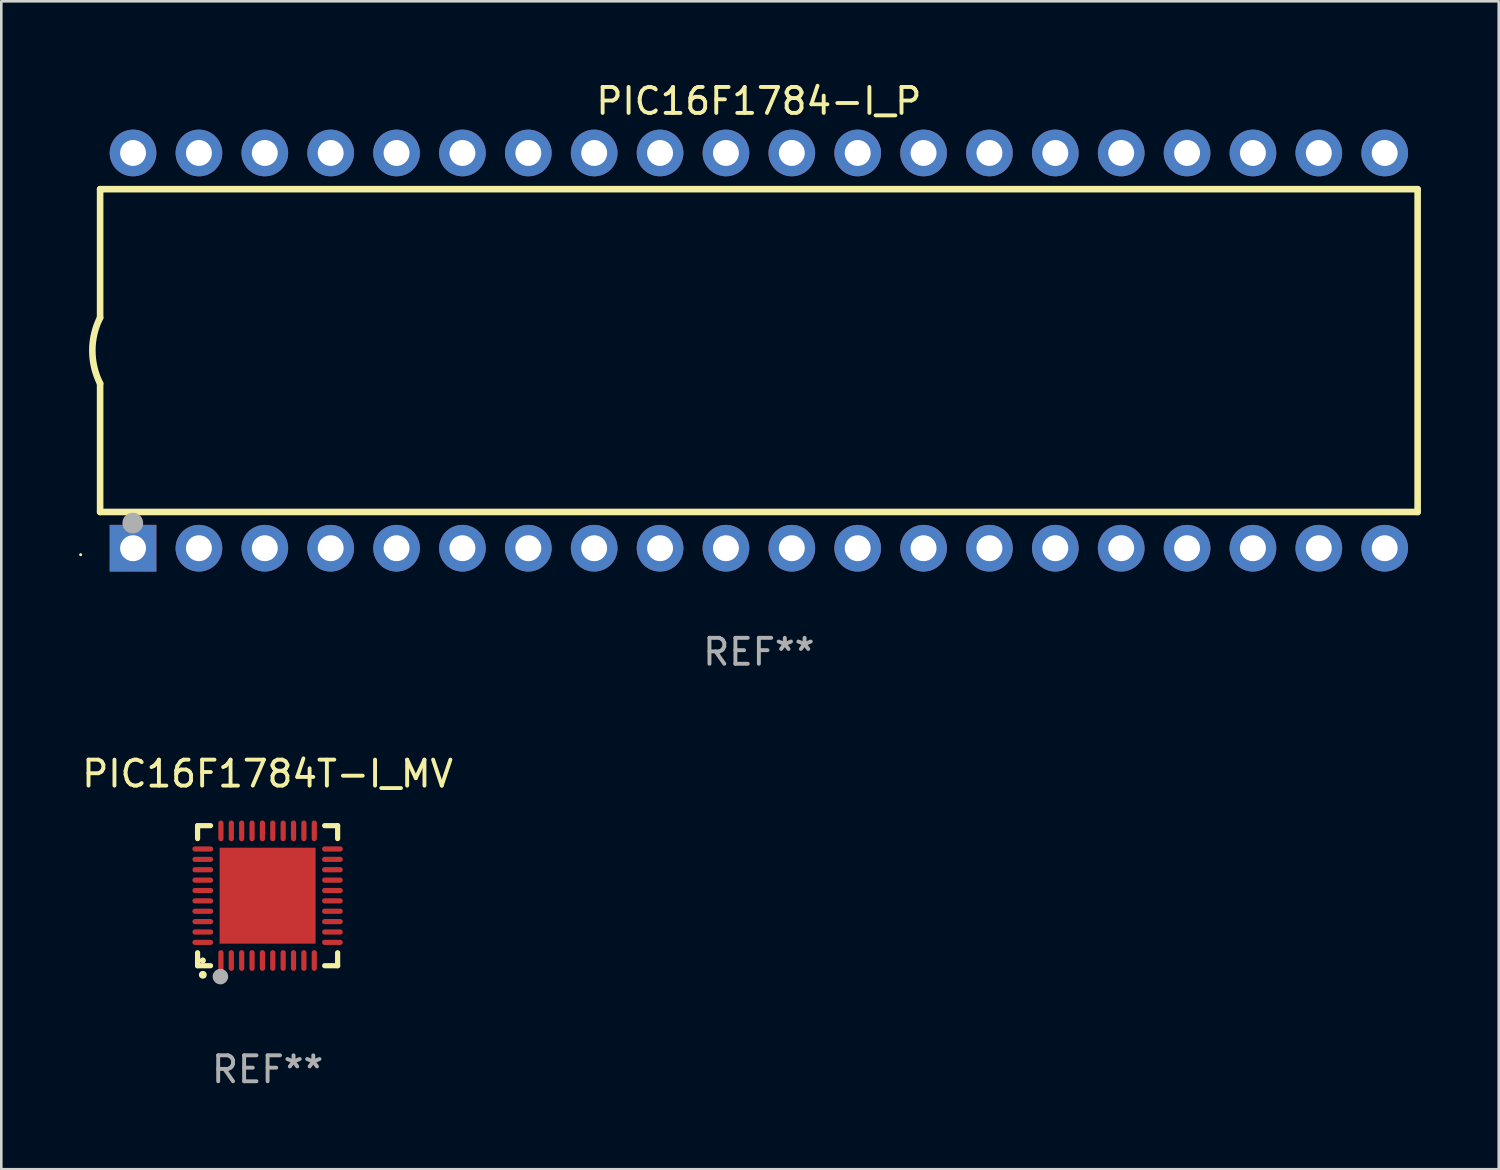
<source format=kicad_pcb>
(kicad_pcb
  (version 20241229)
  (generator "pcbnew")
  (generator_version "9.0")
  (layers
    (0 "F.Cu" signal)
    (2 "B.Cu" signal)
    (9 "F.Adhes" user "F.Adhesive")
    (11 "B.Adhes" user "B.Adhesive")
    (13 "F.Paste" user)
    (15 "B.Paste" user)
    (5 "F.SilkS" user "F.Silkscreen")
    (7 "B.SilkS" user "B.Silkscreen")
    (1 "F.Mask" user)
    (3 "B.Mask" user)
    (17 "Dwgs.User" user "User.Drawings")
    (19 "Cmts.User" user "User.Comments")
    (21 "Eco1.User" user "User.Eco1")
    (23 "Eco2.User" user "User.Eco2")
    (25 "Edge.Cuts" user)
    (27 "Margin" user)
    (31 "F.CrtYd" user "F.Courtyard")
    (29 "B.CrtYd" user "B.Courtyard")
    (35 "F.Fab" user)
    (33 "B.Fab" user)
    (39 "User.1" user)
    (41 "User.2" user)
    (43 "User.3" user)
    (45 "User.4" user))
  (footprint "PIC16F1784T-I_MV"
    (layer "F.Cu")
    (at 7.268 31.485)
    (property "Reference" "PIC16F1784T-I_MV" (at 0 -4.7 0) (layer "F.SilkS") (effects (font (size 1 1) (thickness 0.15))))
    (attr through_hole)
    (fp_line (start -2.7 -2.7) (end -2.7 -2.2) (stroke (width 0.2) (type solid)) (layer "F.SilkS"))
    (fp_line (start -2.7 2.7) (end -2.7 2.2) (stroke (width 0.2) (type solid)) (layer "F.SilkS"))
    (fp_line (start -2.2 -2.7) (end -2.7 -2.7) (stroke (width 0.2) (type solid)) (layer "F.SilkS"))
    (fp_line (start -2.2 2.7) (end -2.7 2.7) (stroke (width 0.2) (type solid)) (layer "F.SilkS"))
    (fp_line (start 2.7 -2.7) (end 2.2 -2.7) (stroke (width 0.2) (type solid)) (layer "F.SilkS"))
    (fp_line (start 2.7 -2.2) (end 2.7 -2.7) (stroke (width 0.2) (type solid)) (layer "F.SilkS"))
    (fp_line (start 2.7 2.2) (end 2.7 2.7) (stroke (width 0.2) (type solid)) (layer "F.SilkS"))
    (fp_line (start 2.7 2.7) (end 2.2 2.7) (stroke (width 0.2) (type solid)) (layer "F.SilkS"))
    (fp_arc (start -2.499365 3.050546) (mid -2.498095 3.050541) (end -2.496825 3.050546) (stroke (width 0.3) (type solid)) (layer "F.SilkS"))
    (fp_circle (center -2.5 2.5) (end -2.44 2.5) (stroke (width 0.12) (type solid)) (fill no) (layer "F.SilkS"))
    (fp_circle (center -1.82 3.12) (end -1.67 3.12) (stroke (width 0.3) (type solid)) (fill no) (layer "F.Fab"))
    (fp_text user "REF**" (at 0 6.7 0) (layer "F.Fab") (effects (font (size 1 1) (thickness 0.15))))
    (pad "1" smd oval (at -1.8 2.499) (size 0.2 0.8) (layers "F.Cu" "F.Mask" "F.Paste"))
    (pad "2" smd oval (at -1.4 2.499) (size 0.2 0.8) (layers "F.Cu" "F.Mask" "F.Paste"))
    (pad "3" smd oval (at -1 2.499) (size 0.2 0.8) (layers "F.Cu" "F.Mask" "F.Paste"))
    (pad "4" smd oval (at -0.6 2.499) (size 0.2 0.8) (layers "F.Cu" "F.Mask" "F.Paste"))
    (pad "5" smd oval (at -0.2 2.499) (size 0.2 0.8) (layers "F.Cu" "F.Mask" "F.Paste"))
    (pad "6" smd oval (at 0.2 2.499) (size 0.2 0.8) (layers "F.Cu" "F.Mask" "F.Paste"))
    (pad "7" smd oval (at 0.6 2.499) (size 0.2 0.8) (layers "F.Cu" "F.Mask" "F.Paste"))
    (pad "8" smd oval (at 1 2.499) (size 0.2 0.8) (layers "F.Cu" "F.Mask" "F.Paste"))
    (pad "9" smd oval (at 1.4 2.499) (size 0.2 0.8) (layers "F.Cu" "F.Mask" "F.Paste"))
    (pad "10" smd oval (at 1.8 2.499) (size 0.2 0.8) (layers "F.Cu" "F.Mask" "F.Paste"))
    (pad "11" smd oval (at 2.499 1.8) (size 0.8 0.2) (layers "F.Cu" "F.Mask" "F.Paste"))
    (pad "12" smd oval (at 2.499 1.4) (size 0.8 0.2) (layers "F.Cu" "F.Mask" "F.Paste"))
    (pad "13" smd oval (at 2.499 1) (size 0.8 0.2) (layers "F.Cu" "F.Mask" "F.Paste"))
    (pad "14" smd oval (at 2.499 0.6) (size 0.8 0.2) (layers "F.Cu" "F.Mask" "F.Paste"))
    (pad "15" smd oval (at 2.499 0.2) (size 0.8 0.2) (layers "F.Cu" "F.Mask" "F.Paste"))
    (pad "16" smd oval (at 2.499 -0.2) (size 0.8 0.2) (layers "F.Cu" "F.Mask" "F.Paste"))
    (pad "17" smd oval (at 2.499 -0.6) (size 0.8 0.2) (layers "F.Cu" "F.Mask" "F.Paste"))
    (pad "18" smd oval (at 2.499 -1) (size 0.8 0.2) (layers "F.Cu" "F.Mask" "F.Paste"))
    (pad "19" smd oval (at 2.499 -1.4) (size 0.8 0.2) (layers "F.Cu" "F.Mask" "F.Paste"))
    (pad "20" smd oval (at 2.499 -1.8) (size 0.8 0.2) (layers "F.Cu" "F.Mask" "F.Paste"))
    (pad "21" smd oval (at 1.8 -2.499) (size 0.2 0.8) (layers "F.Cu" "F.Mask" "F.Paste"))
    (pad "22" smd oval (at 1.4 -2.499) (size 0.2 0.8) (layers "F.Cu" "F.Mask" "F.Paste"))
    (pad "23" smd oval (at 1 -2.499) (size 0.2 0.8) (layers "F.Cu" "F.Mask" "F.Paste"))
    (pad "24" smd oval (at 0.6 -2.499) (size 0.2 0.8) (layers "F.Cu" "F.Mask" "F.Paste"))
    (pad "25" smd oval (at 0.2 -2.499) (size 0.2 0.8) (layers "F.Cu" "F.Mask" "F.Paste"))
    (pad "26" smd oval (at -0.2 -2.499) (size 0.2 0.8) (layers "F.Cu" "F.Mask" "F.Paste"))
    (pad "27" smd oval (at -0.6 -2.499) (size 0.2 0.8) (layers "F.Cu" "F.Mask" "F.Paste"))
    (pad "28" smd oval (at -1 -2.499) (size 0.2 0.8) (layers "F.Cu" "F.Mask" "F.Paste"))
    (pad "29" smd oval (at -1.4 -2.499) (size 0.2 0.8) (layers "F.Cu" "F.Mask" "F.Paste"))
    (pad "30" smd oval (at -1.8 -2.499) (size 0.2 0.8) (layers "F.Cu" "F.Mask" "F.Paste"))
    (pad "31" smd oval (at -2.499 -1.8) (size 0.8 0.2) (layers "F.Cu" "F.Mask" "F.Paste"))
    (pad "32" smd oval (at -2.499 -1.4) (size 0.8 0.2) (layers "F.Cu" "F.Mask" "F.Paste"))
    (pad "33" smd oval (at -2.499 -1) (size 0.8 0.2) (layers "F.Cu" "F.Mask" "F.Paste"))
    (pad "34" smd oval (at -2.499 -0.6) (size 0.8 0.2) (layers "F.Cu" "F.Mask" "F.Paste"))
    (pad "35" smd oval (at -2.499 -0.2) (size 0.8 0.2) (layers "F.Cu" "F.Mask" "F.Paste"))
    (pad "36" smd oval (at -2.499 0.2) (size 0.8 0.2) (layers "F.Cu" "F.Mask" "F.Paste"))
    (pad "37" smd oval (at -2.499 0.6) (size 0.8 0.2) (layers "F.Cu" "F.Mask" "F.Paste"))
    (pad "38" smd oval (at -2.499 1) (size 0.8 0.2) (layers "F.Cu" "F.Mask" "F.Paste"))
    (pad "39" smd oval (at -2.499 1.4) (size 0.8 0.2) (layers "F.Cu" "F.Mask" "F.Paste"))
    (pad "40" smd oval (at -2.499 1.8) (size 0.8 0.2) (layers "F.Cu" "F.Mask" "F.Paste"))
    (pad "41" smd rect (at 0 0) (size 3.7 3.7) (layers "F.Cu" "F.Mask" "F.Paste")))
  (footprint "PIC16F1784-I_P"
    (layer "F.Cu")
    (at 26.21 10.468)
    (property "Reference" "PIC16F1784-I_P" (at 0 -9.62 0) (layer "F.SilkS") (effects (font (size 1 1) (thickness 0.15))))
    (attr through_hole)
    (fp_line (start -25.4 -6.224) (end -25.4 -1.271) (stroke (width 0.254) (type solid)) (layer "F.SilkS"))
    (fp_line (start -25.4 -6.224) (end 25.4 -6.224) (stroke (width 0.254) (type solid)) (layer "F.SilkS"))
    (fp_line (start -25.4 1.269) (end -25.4 6.222) (stroke (width 0.254) (type solid)) (layer "F.SilkS"))
    (fp_line (start -25.4 6.222) (end 25.4 6.222) (stroke (width 0.254) (type solid)) (layer "F.SilkS"))
    (fp_line (start 25.4 6.222) (end 25.4 -6.224) (stroke (width 0.254) (type solid)) (layer "F.SilkS"))
    (fp_arc (start -25.4 1.269241) (mid -25.699807 -0.000762) (end -25.4 -1.270765) (stroke (width 0.254001) (type solid)) (layer "F.SilkS"))
    (fp_circle (center -26.15 7.87) (end -26.12 7.87) (stroke (width 0.06) (type solid)) (fill no) (layer "F.SilkS"))
    (fp_circle (center -24.14 6.65) (end -23.94 6.65) (stroke (width 0.4) (type solid)) (fill no) (layer "F.Fab"))
    (fp_text user "REF**" (at 0 11.62 0) (layer "F.Fab") (effects (font (size 1 1) (thickness 0.15))))
    (pad "1" thru_hole rect (at -24.13 7.62 90) (size 1.8 1.8) (drill 1) (layers "*.Cu" "*.Mask"))
    (pad "2" thru_hole circle (at -21.59 7.62) (size 1.8 1.8) (drill 1) (layers "*.Cu" "*.Mask"))
    (pad "3" thru_hole circle (at -19.05 7.62) (size 1.8 1.8) (drill 1) (layers "*.Cu" "*.Mask"))
    (pad "4" thru_hole circle (at -16.51 7.62) (size 1.8 1.8) (drill 1) (layers "*.Cu" "*.Mask"))
    (pad "5" thru_hole circle (at -13.97 7.62) (size 1.8 1.8) (drill 1) (layers "*.Cu" "*.Mask"))
    (pad "6" thru_hole circle (at -11.43 7.62) (size 1.8 1.8) (drill 1) (layers "*.Cu" "*.Mask"))
    (pad "7" thru_hole circle (at -8.89 7.62) (size 1.8 1.8) (drill 1) (layers "*.Cu" "*.Mask"))
    (pad "8" thru_hole circle (at -6.35 7.62) (size 1.8 1.8) (drill 1) (layers "*.Cu" "*.Mask"))
    (pad "9" thru_hole circle (at -3.81 7.62) (size 1.8 1.8) (drill 1) (layers "*.Cu" "*.Mask"))
    (pad "10" thru_hole circle (at -1.27 7.62) (size 1.8 1.8) (drill 1) (layers "*.Cu" "*.Mask"))
    (pad "11" thru_hole circle (at 1.27 7.62) (size 1.8 1.8) (drill 1) (layers "*.Cu" "*.Mask"))
    (pad "12" thru_hole circle (at 3.81 7.62) (size 1.8 1.8) (drill 1) (layers "*.Cu" "*.Mask"))
    (pad "13" thru_hole circle (at 6.35 7.62) (size 1.8 1.8) (drill 1) (layers "*.Cu" "*.Mask"))
    (pad "14" thru_hole circle (at 8.89 7.62) (size 1.8 1.8) (drill 1) (layers "*.Cu" "*.Mask"))
    (pad "15" thru_hole circle (at 11.43 7.62) (size 1.8 1.8) (drill 1) (layers "*.Cu" "*.Mask"))
    (pad "16" thru_hole circle (at 13.97 7.62) (size 1.8 1.8) (drill 1) (layers "*.Cu" "*.Mask"))
    (pad "17" thru_hole circle (at 16.51 7.62) (size 1.8 1.8) (drill 1) (layers "*.Cu" "*.Mask"))
    (pad "18" thru_hole circle (at 19.05 7.62) (size 1.8 1.8) (drill 1) (layers "*.Cu" "*.Mask"))
    (pad "19" thru_hole circle (at 21.59 7.62) (size 1.8 1.8) (drill 1) (layers "*.Cu" "*.Mask"))
    (pad "20" thru_hole circle (at 24.13 7.62) (size 1.8 1.8) (drill 1) (layers "*.Cu" "*.Mask"))
    (pad "21" thru_hole circle (at 24.13 -7.62) (size 1.8 1.8) (drill 1) (layers "*.Cu" "*.Mask"))
    (pad "22" thru_hole circle (at 21.59 -7.62) (size 1.8 1.8) (drill 1) (layers "*.Cu" "*.Mask"))
    (pad "23" thru_hole circle (at 19.05 -7.62) (size 1.8 1.8) (drill 1) (layers "*.Cu" "*.Mask"))
    (pad "24" thru_hole circle (at 16.51 -7.62) (size 1.8 1.8) (drill 1) (layers "*.Cu" "*.Mask"))
    (pad "25" thru_hole circle (at 13.97 -7.62) (size 1.8 1.8) (drill 1) (layers "*.Cu" "*.Mask"))
    (pad "26" thru_hole circle (at 11.43 -7.62) (size 1.8 1.8) (drill 1) (layers "*.Cu" "*.Mask"))
    (pad "27" thru_hole circle (at 8.89 -7.62) (size 1.8 1.8) (drill 1) (layers "*.Cu" "*.Mask"))
    (pad "28" thru_hole circle (at 6.35 -7.62) (size 1.8 1.8) (drill 1) (layers "*.Cu" "*.Mask"))
    (pad "29" thru_hole circle (at 3.81 -7.62) (size 1.8 1.8) (drill 1) (layers "*.Cu" "*.Mask"))
    (pad "30" thru_hole circle (at 1.27 -7.62) (size 1.8 1.8) (drill 1) (layers "*.Cu" "*.Mask"))
    (pad "31" thru_hole circle (at -1.27 -7.62) (size 1.8 1.8) (drill 1) (layers "*.Cu" "*.Mask"))
    (pad "32" thru_hole circle (at -3.81 -7.62) (size 1.8 1.8) (drill 1) (layers "*.Cu" "*.Mask"))
    (pad "33" thru_hole circle (at -6.35 -7.62) (size 1.8 1.8) (drill 1) (layers "*.Cu" "*.Mask"))
    (pad "34" thru_hole circle (at -8.89 -7.62) (size 1.8 1.8) (drill 1) (layers "*.Cu" "*.Mask"))
    (pad "35" thru_hole circle (at -11.43 -7.62) (size 1.8 1.8) (drill 1) (layers "*.Cu" "*.Mask"))
    (pad "36" thru_hole circle (at -13.97 -7.62) (size 1.8 1.8) (drill 1) (layers "*.Cu" "*.Mask"))
    (pad "37" thru_hole circle (at -16.51 -7.62) (size 1.8 1.8) (drill 1) (layers "*.Cu" "*.Mask"))
    (pad "38" thru_hole circle (at -19.05 -7.62) (size 1.8 1.8) (drill 1) (layers "*.Cu" "*.Mask"))
    (pad "39" thru_hole circle (at -21.59 -7.62) (size 1.8 1.8) (drill 1) (layers "*.Cu" "*.Mask"))
    (pad "40" thru_hole circle (at -24.13 -7.62) (size 1.8 1.8) (drill 1) (layers "*.Cu" "*.Mask")))
  (gr_rect
    (start -3 -3)
    (end 54.737 42.033)
    (stroke (width 0.1) (type default))
    (fill no)
    (layer "Edge.Cuts")))
</source>
